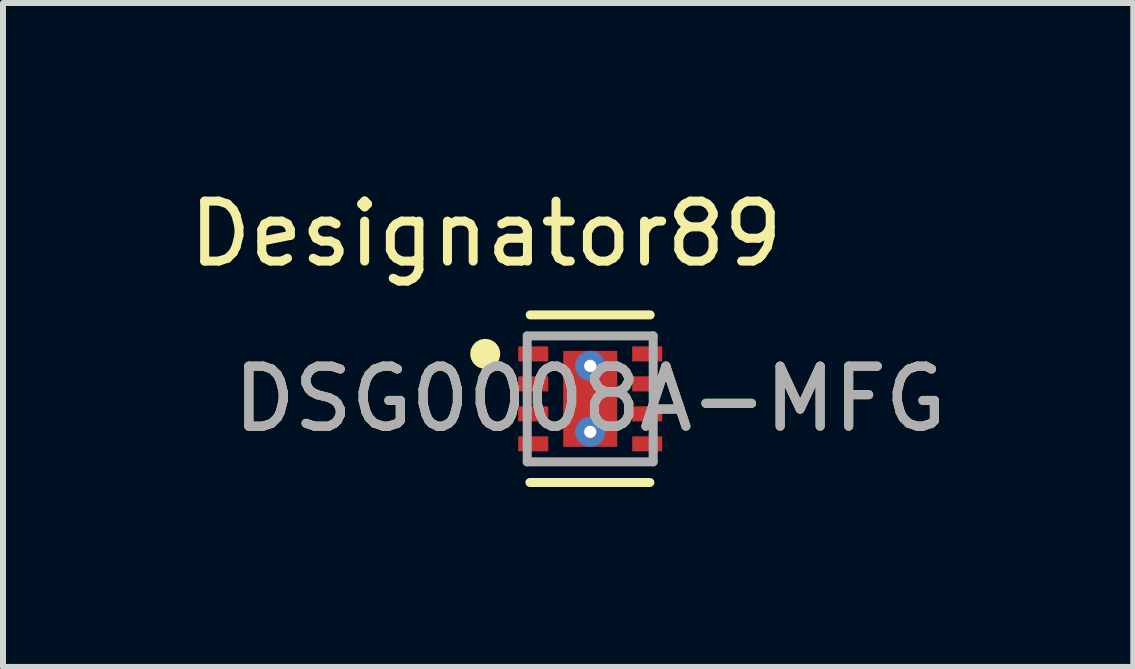
<source format=kicad_pcb>
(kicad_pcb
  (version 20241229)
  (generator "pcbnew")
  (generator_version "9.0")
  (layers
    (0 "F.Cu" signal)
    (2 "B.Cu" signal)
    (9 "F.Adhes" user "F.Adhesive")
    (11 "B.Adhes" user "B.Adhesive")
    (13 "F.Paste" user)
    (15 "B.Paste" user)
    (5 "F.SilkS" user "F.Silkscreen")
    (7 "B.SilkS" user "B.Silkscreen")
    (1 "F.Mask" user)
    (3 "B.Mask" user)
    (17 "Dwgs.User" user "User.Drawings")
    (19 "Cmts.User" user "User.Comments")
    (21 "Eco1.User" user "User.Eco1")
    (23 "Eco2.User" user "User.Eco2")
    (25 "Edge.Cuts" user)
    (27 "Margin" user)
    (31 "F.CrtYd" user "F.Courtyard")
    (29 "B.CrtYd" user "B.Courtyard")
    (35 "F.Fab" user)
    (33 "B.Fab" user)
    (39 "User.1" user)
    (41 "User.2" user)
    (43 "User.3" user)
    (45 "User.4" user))
  (footprint "DSG0008A-MFG"
    (layer "F.Cu")
    (at 6.79 3.6)
    (property "Reference" "DSG0008A-MFG" (at 0 0 0) (unlocked yes) (layer "F.SilkS") (effects (font (size 1 1) (thickness 0.15))))
    (attr smd)
    (fp_line (start -1.005 1.394) (end 0.995 1.394) (stroke (width 0.15) (type solid)) (layer "F.SilkS"))
    (fp_line (start -1 -1.4) (end 1 -1.4) (stroke (width 0.15) (type solid)) (layer "F.SilkS"))
    (fp_circle (center -1.75 -0.75) (end -1.625 -0.75) (stroke (width 0.25) (type solid)) (fill no) (layer "F.SilkS"))
    (fp_poly (pts (xy -0.45 -0.75) (xy -0.4 -0.8) (xy 0.4 -0.8) (xy 0.45 -0.75) (xy 0.45 -0.15) (xy 0.4 -0.1) (xy -0.4 -0.1) (xy -0.45 -0.15)) (stroke (width 0) (type solid)) (fill yes) (layer "F.Paste"))
    (fp_poly (pts (xy -0.45 0.15) (xy -0.4 0.1) (xy 0.4 0.1) (xy 0.45 0.15) (xy 0.45 0.75) (xy 0.4 0.8) (xy -0.4 0.8) (xy -0.45 0.75)) (stroke (width 0) (type solid)) (fill yes) (layer "F.Paste"))
    (fp_line (start -1.05 -1.05) (end 1.05 -1.05) (stroke (width 0.15) (type solid)) (layer "F.Fab"))
    (fp_line (start -1.05 1.05) (end -1.05 -1.05) (stroke (width 0.15) (type solid)) (layer "F.Fab"))
    (fp_line (start -1.05 1.05) (end 1.05 1.05) (stroke (width 0.15) (type solid)) (layer "F.Fab"))
    (fp_line (start 1.05 1.05) (end 1.05 -1.05) (stroke (width 0.15) (type solid)) (layer "F.Fab"))
    (fp_text user "Designator89" (at -1.737 -2.752 0) (unlocked yes) (layer "F.SilkS") (effects (font (size 1 1) (thickness 0.15))))
    (fp_text user "${REFERENCE}" (at 0 0 0) (unlocked yes) (layer "F.Fab") (effects (font (size 1 1) (thickness 0.15))))
    (pad "1" smd rect (at -0.95 -0.75) (size 0.5 0.25) (layers "F.Cu" "F.Mask" "F.Paste"))
    (pad "2" smd rect (at -0.95 -0.25) (size 0.5 0.25) (layers "F.Cu" "F.Mask" "F.Paste"))
    (pad "3" smd rect (at -0.95 0.25) (size 0.5 0.25) (layers "F.Cu" "F.Mask" "F.Paste"))
    (pad "4" smd rect (at -0.95 0.75) (size 0.5 0.25) (layers "F.Cu" "F.Mask" "F.Paste"))
    (pad "5" smd rect (at 0.95 0.75) (size 0.5 0.25) (layers "F.Cu" "F.Mask" "F.Paste"))
    (pad "6" smd rect (at 0.95 0.25) (size 0.5 0.25) (layers "F.Cu" "F.Mask" "F.Paste"))
    (pad "7" smd rect (at 0.95 -0.25) (size 0.5 0.25) (layers "F.Cu" "F.Mask" "F.Paste"))
    (pad "8" smd rect (at 0.95 -0.75) (size 0.5 0.25) (layers "F.Cu" "F.Mask" "F.Paste"))
    (pad "9" smd rect (at 0 0) (size 0.9 1.6) (layers "F.Cu" "F.Mask"))
    (pad "10" thru_hole circle (at 0 -0.55) (size 0.5 0.5) (drill 0.203) (layers "*.Cu" "*.Mask"))
    (pad "11" thru_hole circle (at 0 0.55) (size 0.5 0.5) (drill 0.203) (layers "*.Cu" "*.Mask")))
  (gr_rect
    (start -3 -3)
    (end 15.844 8.069)
    (stroke (width 0.1) (type default))
    (fill no)
    (layer "Edge.Cuts")))
</source>
